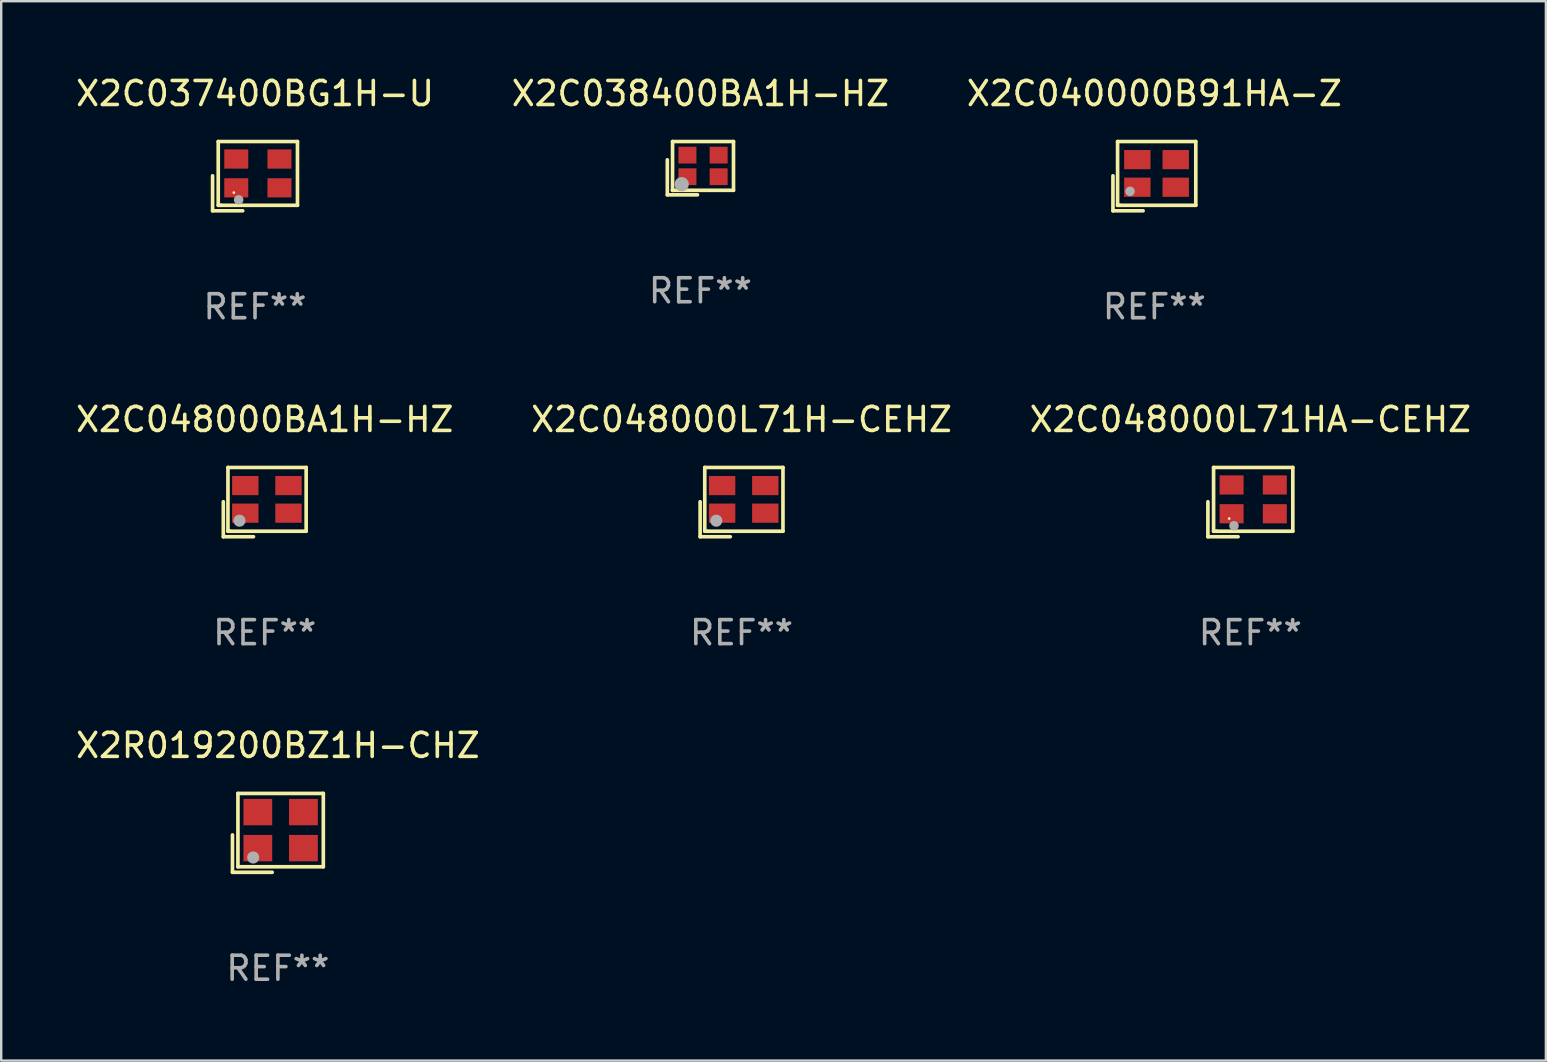
<source format=kicad_pcb>
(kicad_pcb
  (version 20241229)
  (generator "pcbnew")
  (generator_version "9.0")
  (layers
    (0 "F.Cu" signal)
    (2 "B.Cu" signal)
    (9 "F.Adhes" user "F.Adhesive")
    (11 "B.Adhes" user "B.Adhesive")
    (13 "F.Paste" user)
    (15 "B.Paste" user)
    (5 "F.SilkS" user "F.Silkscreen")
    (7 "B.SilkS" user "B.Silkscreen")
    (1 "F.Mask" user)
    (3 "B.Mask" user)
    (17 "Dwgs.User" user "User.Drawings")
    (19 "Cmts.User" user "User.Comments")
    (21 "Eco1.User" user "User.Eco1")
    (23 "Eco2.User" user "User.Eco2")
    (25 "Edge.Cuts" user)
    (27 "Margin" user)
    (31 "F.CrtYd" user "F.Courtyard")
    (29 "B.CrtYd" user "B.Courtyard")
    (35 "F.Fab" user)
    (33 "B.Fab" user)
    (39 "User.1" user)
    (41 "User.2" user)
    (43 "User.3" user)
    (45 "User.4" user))
  (footprint "X2C048000BA1H-HZ"
    (layer "F.Cu")
    (at 7.982 17.873)
    (property "Reference" "X2C048000BA1H-HZ" (at 0 -3.443 0) (layer "F.SilkS") (effects (font (size 1 1) (thickness 0.15))))
    (attr through_hole)
    (fp_line (start -1.726 -0.015) (end -1.726 1.443) (stroke (width 0.152) (type solid)) (layer "F.SilkS"))
    (fp_line (start -1.726 1.443) (end -0.469 1.443) (stroke (width 0.152) (type solid)) (layer "F.SilkS"))
    (fp_line (start -1.533 -1.443) (end 1.726 -1.443) (stroke (width 0.152) (type solid)) (layer "F.SilkS"))
    (fp_line (start -1.533 1.214) (end -1.533 -1.443) (stroke (width 0.152) (type solid)) (layer "F.SilkS"))
    (fp_line (start -1.439 1.214) (end -1.533 1.214) (stroke (width 0.152) (type solid)) (layer "F.SilkS"))
    (fp_line (start 1.726 -1.443) (end 1.726 1.214) (stroke (width 0.152) (type solid)) (layer "F.SilkS"))
    (fp_line (start 1.726 1.214) (end -1.439 1.214) (stroke (width 0.152) (type solid)) (layer "F.SilkS"))
    (fp_circle (center -0.91 0.686) (end -0.88 0.686) (stroke (width 0.06) (type solid)) (fill no) (layer "F.SilkS"))
    (fp_circle (center -1.053 0.775) (end -0.926 0.775) (stroke (width 0.254) (type solid)) (fill no) (layer "F.Fab"))
    (fp_text user "REF**" (at 0 5.443 0) (layer "F.Fab") (effects (font (size 1 1) (thickness 0.15))))
    (pad "1" smd rect (at -0.81 0.461) (size 1.1 0.8) (layers "F.Cu" "F.Mask" "F.Paste"))
    (pad "2" smd rect (at 0.99 0.461) (size 1.1 0.8) (layers "F.Cu" "F.Mask" "F.Paste"))
    (pad "3" smd rect (at 0.99 -0.689) (size 1.1 0.8) (layers "F.Cu" "F.Mask" "F.Paste"))
    (pad "4" smd rect (at -0.81 -0.689) (size 1.1 0.8) (layers "F.Cu" "F.Mask" "F.Paste")))
  (footprint "X2C040000B91HA-Z"
    (layer "F.Cu")
    (at 45.054 4.291)
    (property "Reference" "X2C040000B91HA-Z" (at 0 -3.443 0) (layer "F.SilkS") (effects (font (size 1 1) (thickness 0.15))))
    (attr through_hole)
    (fp_line (start -1.726 -0.015) (end -1.726 1.443) (stroke (width 0.152) (type solid)) (layer "F.SilkS"))
    (fp_line (start -1.726 1.443) (end -0.469 1.443) (stroke (width 0.152) (type solid)) (layer "F.SilkS"))
    (fp_line (start -1.533 -1.443) (end 1.726 -1.443) (stroke (width 0.152) (type solid)) (layer "F.SilkS"))
    (fp_line (start -1.533 1.214) (end -1.533 -1.443) (stroke (width 0.152) (type solid)) (layer "F.SilkS"))
    (fp_line (start -1.439 1.214) (end -1.533 1.214) (stroke (width 0.152) (type solid)) (layer "F.SilkS"))
    (fp_line (start 1.726 -1.443) (end 1.726 1.214) (stroke (width 0.152) (type solid)) (layer "F.SilkS"))
    (fp_line (start 1.726 1.214) (end -1.439 1.214) (stroke (width 0.152) (type solid)) (layer "F.SilkS"))
    (fp_circle (center -0.91 0.686) (end -0.88 0.686) (stroke (width 0.06) (type solid)) (fill no) (layer "F.SilkS"))
    (fp_circle (center -1.014 0.633) (end -0.914 0.633) (stroke (width 0.2) (type solid)) (fill no) (layer "F.Fab"))
    (fp_text user "REF**" (at 0 5.443 0) (layer "F.Fab") (effects (font (size 1 1) (thickness 0.15))))
    (pad "1" smd rect (at -0.71 0.461) (size 1.1 0.8) (layers "F.Cu" "F.Mask" "F.Paste"))
    (pad "2" smd rect (at 0.89 0.461) (size 1.1 0.8) (layers "F.Cu" "F.Mask" "F.Paste"))
    (pad "3" smd rect (at 0.89 -0.689) (size 1.1 0.8) (layers "F.Cu" "F.Mask" "F.Paste"))
    (pad "4" smd rect (at -0.71 -0.689) (size 1.1 0.8) (layers "F.Cu" "F.Mask" "F.Paste")))
  (footprint "X2C038400BA1H-HZ"
    (layer "F.Cu")
    (at 26.137 3.958)
    (property "Reference" "X2C038400BA1H-HZ" (at 0 -3.11 0) (layer "F.SilkS") (effects (font (size 1 1) (thickness 0.15))))
    (attr through_hole)
    (fp_line (start -1.379 -0.348) (end -1.379 1.11) (stroke (width 0.152) (type solid)) (layer "F.SilkS"))
    (fp_line (start -1.379 1.11) (end -0.122 1.11) (stroke (width 0.152) (type solid)) (layer "F.SilkS"))
    (fp_line (start -1.161 -1.11) (end 1.379 -1.11) (stroke (width 0.152) (type solid)) (layer "F.SilkS"))
    (fp_line (start -1.161 0.922) (end -1.161 -1.11) (stroke (width 0.152) (type solid)) (layer "F.SilkS"))
    (fp_line (start -1.161 0.922) (end -1.161 0.922) (stroke (width 0.152) (type solid)) (layer "F.SilkS"))
    (fp_line (start -1.161 0.922) (end -1.161 0.922) (stroke (width 0.152) (type solid)) (layer "F.SilkS"))
    (fp_line (start 1.379 -1.11) (end 1.379 0.922) (stroke (width 0.152) (type solid)) (layer "F.SilkS"))
    (fp_line (start 1.379 0.922) (end -1.161 0.922) (stroke (width 0.152) (type solid)) (layer "F.SilkS"))
    (fp_circle (center -0.891 0.706) (end -0.861 0.706) (stroke (width 0.06) (type solid)) (fill no) (layer "F.SilkS"))
    (fp_circle (center -0.78 0.668) (end -0.63 0.668) (stroke (width 0.3) (type solid)) (fill no) (layer "F.Fab"))
    (fp_text user "REF**" (at 0 5.11 0) (layer "F.Fab") (effects (font (size 1 1) (thickness 0.15))))
    (pad "1" smd rect (at -0.541 0.356) (size 0.75 0.7) (layers "F.Cu" "F.Mask" "F.Paste"))
    (pad "2" smd rect (at 0.759 0.356) (size 0.75 0.7) (layers "F.Cu" "F.Mask" "F.Paste"))
    (pad "3" smd rect (at 0.759 -0.544) (size 0.75 0.7) (layers "F.Cu" "F.Mask" "F.Paste"))
    (pad "4" smd rect (at -0.541 -0.544) (size 0.75 0.7) (layers "F.Cu" "F.Mask" "F.Paste")))
  (footprint "X2C048000L71H-CEHZ"
    (layer "F.Cu")
    (at 27.851 17.873)
    (property "Reference" "X2C048000L71H-CEHZ" (at 0 -3.443 0) (layer "F.SilkS") (effects (font (size 1 1) (thickness 0.15))))
    (attr through_hole)
    (fp_line (start -1.726 -0.015) (end -1.726 1.443) (stroke (width 0.152) (type solid)) (layer "F.SilkS"))
    (fp_line (start -1.726 1.443) (end -0.469 1.443) (stroke (width 0.152) (type solid)) (layer "F.SilkS"))
    (fp_line (start -1.533 -1.443) (end 1.726 -1.443) (stroke (width 0.152) (type solid)) (layer "F.SilkS"))
    (fp_line (start -1.533 1.214) (end -1.533 -1.443) (stroke (width 0.152) (type solid)) (layer "F.SilkS"))
    (fp_line (start -1.439 1.214) (end -1.533 1.214) (stroke (width 0.152) (type solid)) (layer "F.SilkS"))
    (fp_line (start 1.726 -1.443) (end 1.726 1.214) (stroke (width 0.152) (type solid)) (layer "F.SilkS"))
    (fp_line (start 1.726 1.214) (end -1.439 1.214) (stroke (width 0.152) (type solid)) (layer "F.SilkS"))
    (fp_circle (center -0.91 0.686) (end -0.88 0.686) (stroke (width 0.06) (type solid)) (fill no) (layer "F.SilkS"))
    (fp_circle (center -1.053 0.775) (end -0.926 0.775) (stroke (width 0.254) (type solid)) (fill no) (layer "F.Fab"))
    (fp_text user "REF**" (at 0 5.443 0) (layer "F.Fab") (effects (font (size 1 1) (thickness 0.15))))
    (pad "1" smd rect (at -0.81 0.461) (size 1.1 0.8) (layers "F.Cu" "F.Mask" "F.Paste"))
    (pad "2" smd rect (at 0.99 0.461) (size 1.1 0.8) (layers "F.Cu" "F.Mask" "F.Paste"))
    (pad "3" smd rect (at 0.99 -0.689) (size 1.1 0.8) (layers "F.Cu" "F.Mask" "F.Paste"))
    (pad "4" smd rect (at -0.81 -0.689) (size 1.1 0.8) (layers "F.Cu" "F.Mask" "F.Paste")))
  (footprint "X2C037400BG1H-U"
    (layer "F.Cu")
    (at 7.577 4.291)
    (property "Reference" "X2C037400BG1H-U" (at 0 -3.443 0) (layer "F.SilkS") (effects (font (size 1 1) (thickness 0.15))))
    (attr through_hole)
    (fp_line (start -1.769 -0.014) (end -1.769 1.443) (stroke (width 0.152) (type solid)) (layer "F.SilkS"))
    (fp_line (start -1.769 1.443) (end -0.512 1.443) (stroke (width 0.152) (type solid)) (layer "F.SilkS"))
    (fp_line (start -1.533 -1.443) (end 1.769 -1.443) (stroke (width 0.152) (type solid)) (layer "F.SilkS"))
    (fp_line (start -1.533 1.214) (end -1.533 -1.443) (stroke (width 0.152) (type solid)) (layer "F.SilkS"))
    (fp_line (start -1.411 1.214) (end -1.533 1.214) (stroke (width 0.152) (type solid)) (layer "F.SilkS"))
    (fp_line (start 1.769 -1.443) (end 1.769 1.214) (stroke (width 0.152) (type solid)) (layer "F.SilkS"))
    (fp_line (start 1.769 1.214) (end -1.411 1.214) (stroke (width 0.152) (type solid)) (layer "F.SilkS"))
    (fp_circle (center -0.882 0.686) (end -0.852 0.686) (stroke (width 0.06) (type solid)) (fill no) (layer "F.SilkS"))
    (fp_circle (center -0.682 0.986) (end -0.582 0.986) (stroke (width 0.2) (type solid)) (fill no) (layer "F.Fab"))
    (fp_text user "REF**" (at 0 5.443 0) (layer "F.Fab") (effects (font (size 1 1) (thickness 0.15))))
    (pad "1" smd rect (at -0.782 0.486 90) (size 0.8 1) (layers "F.Cu" "F.Mask" "F.Paste"))
    (pad "2" smd rect (at 1.018 0.486 90) (size 0.8 1) (layers "F.Cu" "F.Mask" "F.Paste"))
    (pad "3" smd rect (at 1.018 -0.714 90) (size 0.8 1) (layers "F.Cu" "F.Mask" "F.Paste"))
    (pad "4" smd rect (at -0.782 -0.714 90) (size 0.8 1) (layers "F.Cu" "F.Mask" "F.Paste")))
  (footprint "X2R019200BZ1H-CHZ"
    (layer "F.Cu")
    (at 8.53 31.656)
    (property "Reference" "X2R019200BZ1H-CHZ" (at 0 -3.643 0) (layer "F.SilkS") (effects (font (size 1 1) (thickness 0.15))))
    (attr through_hole)
    (fp_line (start -1.893 0.086) (end -1.893 1.643) (stroke (width 0.152) (type solid)) (layer "F.SilkS"))
    (fp_line (start -1.893 1.643) (end -0.237 1.643) (stroke (width 0.152) (type solid)) (layer "F.SilkS"))
    (fp_line (start -1.665 -1.643) (end 1.893 -1.643) (stroke (width 0.152) (type solid)) (layer "F.SilkS"))
    (fp_line (start -1.665 1.414) (end -1.665 -1.643) (stroke (width 0.152) (type solid)) (layer "F.SilkS"))
    (fp_line (start 1.893 -1.643) (end 1.893 1.414) (stroke (width 0.152) (type solid)) (layer "F.SilkS"))
    (fp_line (start 1.893 1.414) (end -1.665 1.414) (stroke (width 0.152) (type solid)) (layer "F.SilkS"))
    (fp_circle (center -1.136 0.885) (end -1.106 0.885) (stroke (width 0.06) (type solid)) (fill no) (layer "F.SilkS"))
    (fp_circle (center -1.029 1.028) (end -0.902 1.028) (stroke (width 0.254) (type solid)) (fill no) (layer "F.Fab"))
    (fp_text user "REF**" (at 0 5.643 0) (layer "F.Fab") (effects (font (size 1 1) (thickness 0.15))))
    (pad "1" smd rect (at -0.836 0.636) (size 1.2 1.1) (layers "F.Cu" "F.Mask" "F.Paste"))
    (pad "2" smd rect (at 1.064 0.636) (size 1.2 1.1) (layers "F.Cu" "F.Mask" "F.Paste"))
    (pad "3" smd rect (at 1.064 -0.865) (size 1.2 1.1) (layers "F.Cu" "F.Mask" "F.Paste"))
    (pad "4" smd rect (at -0.836 -0.865) (size 1.2 1.1) (layers "F.Cu" "F.Mask" "F.Paste")))
  (footprint "X2C048000L71HA-CEHZ"
    (layer "F.Cu")
    (at 49.054 17.873)
    (property "Reference" "X2C048000L71HA-CEHZ" (at 0 -3.443 0) (layer "F.SilkS") (effects (font (size 1 1) (thickness 0.15))))
    (attr through_hole)
    (fp_line (start -1.769 -0.014) (end -1.769 1.443) (stroke (width 0.152) (type solid)) (layer "F.SilkS"))
    (fp_line (start -1.769 1.443) (end -0.512 1.443) (stroke (width 0.152) (type solid)) (layer "F.SilkS"))
    (fp_line (start -1.533 -1.443) (end 1.769 -1.443) (stroke (width 0.152) (type solid)) (layer "F.SilkS"))
    (fp_line (start -1.533 1.214) (end -1.533 -1.443) (stroke (width 0.152) (type solid)) (layer "F.SilkS"))
    (fp_line (start -1.411 1.214) (end -1.533 1.214) (stroke (width 0.152) (type solid)) (layer "F.SilkS"))
    (fp_line (start 1.769 -1.443) (end 1.769 1.214) (stroke (width 0.152) (type solid)) (layer "F.SilkS"))
    (fp_line (start 1.769 1.214) (end -1.411 1.214) (stroke (width 0.152) (type solid)) (layer "F.SilkS"))
    (fp_circle (center -0.882 0.686) (end -0.852 0.686) (stroke (width 0.06) (type solid)) (fill no) (layer "F.SilkS"))
    (fp_circle (center -0.682 0.986) (end -0.582 0.986) (stroke (width 0.2) (type solid)) (fill no) (layer "F.Fab"))
    (fp_text user "REF**" (at 0 5.443 0) (layer "F.Fab") (effects (font (size 1 1) (thickness 0.15))))
    (pad "1" smd rect (at -0.782 0.486 90) (size 0.8 1) (layers "F.Cu" "F.Mask" "F.Paste"))
    (pad "2" smd rect (at 1.018 0.486 90) (size 0.8 1) (layers "F.Cu" "F.Mask" "F.Paste"))
    (pad "3" smd rect (at 1.018 -0.714 90) (size 0.8 1) (layers "F.Cu" "F.Mask" "F.Paste"))
    (pad "4" smd rect (at -0.782 -0.714 90) (size 0.8 1) (layers "F.Cu" "F.Mask" "F.Paste")))
  (gr_rect
    (start -3 -3)
    (end 61.369 41.147)
    (stroke (width 0.1) (type default))
    (fill no)
    (layer "Edge.Cuts")))
</source>
